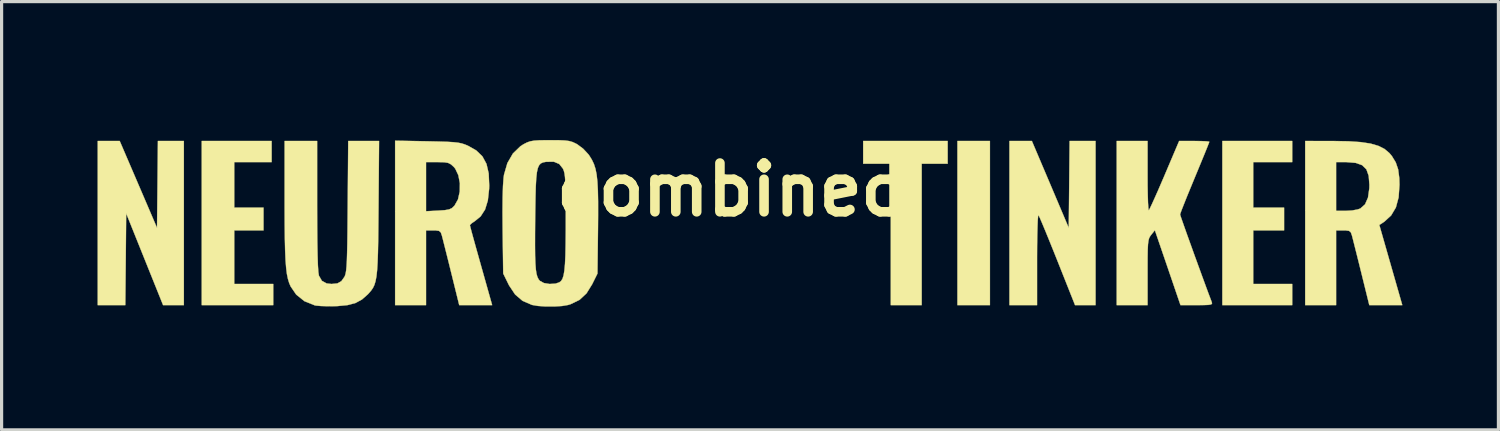
<source format=kicad_pcb>
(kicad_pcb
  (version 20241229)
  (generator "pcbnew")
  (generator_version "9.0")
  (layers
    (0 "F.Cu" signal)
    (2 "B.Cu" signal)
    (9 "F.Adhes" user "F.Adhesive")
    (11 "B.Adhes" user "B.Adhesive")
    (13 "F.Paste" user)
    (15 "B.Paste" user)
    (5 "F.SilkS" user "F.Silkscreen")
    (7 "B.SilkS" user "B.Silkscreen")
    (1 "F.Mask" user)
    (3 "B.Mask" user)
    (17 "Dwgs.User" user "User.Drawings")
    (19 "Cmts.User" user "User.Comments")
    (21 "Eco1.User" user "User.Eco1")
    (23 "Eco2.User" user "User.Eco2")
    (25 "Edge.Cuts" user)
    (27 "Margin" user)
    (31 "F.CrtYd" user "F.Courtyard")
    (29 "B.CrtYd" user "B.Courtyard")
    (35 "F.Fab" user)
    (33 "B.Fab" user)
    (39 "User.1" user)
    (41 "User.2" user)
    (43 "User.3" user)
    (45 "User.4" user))
  (footprint "combined"
    (layer "F.Cu")
    (at 19.817 2.881)
    (property "Reference" "combined" (at 0 0 0) (layer "F.SilkS") (effects (font (size 1.524 1.524) (thickness 0.3))))
    (attr through_hole)
    (fp_poly (pts (xy 0.065 -1.389) (xy 0.123 -1.343) (xy 0.163 -1.251) (xy 0.19 -1.085) (xy 0.206 -0.87) (xy 0.211 -0.632) (xy 0.204 -0.397) (xy 0.185 -0.191) (xy 0.154 -0.041) (xy 0.123 0.022) (xy 0.003 0.096) (xy -0.11 0.069) (xy -0.142 0.041) (xy -0.173 -0.043) (xy -0.193 -0.224) (xy -0.202 -0.503) (xy -0.203 -0.66) (xy -0.2 -0.96) (xy -0.186 -1.171) (xy -0.16 -1.309) (xy -0.118 -1.387) (xy -0.056 -1.419) (xy -0.019 -1.422) (xy 0.065 -1.389)) (stroke (width 0.01) (type solid)) (fill yes) (layer "F.Mask"))
    (fp_poly (pts (xy 0.721 -1.078) (xy 0.842 -0.975) (xy 0.974 -0.831) (xy 1.095 -0.67) (xy 1.185 -0.514) (xy 1.186 -0.512) (xy 1.285 -0.186) (xy 1.292 0.134) (xy 1.22 0.438) (xy 1.077 0.713) (xy 0.875 0.949) (xy 0.625 1.134) (xy 0.336 1.257) (xy 0.02 1.308) (xy -0.313 1.274) (xy -0.454 1.233) (xy -0.7 1.102) (xy -0.933 0.899) (xy -1.125 0.654) (xy -1.244 0.409) (xy -1.305 0.073) (xy -1.277 -0.265) (xy -1.166 -0.584) (xy -0.977 -0.861) (xy -0.848 -0.983) (xy -0.719 -1.077) (xy -0.632 -1.106) (xy -0.569 -1.085) (xy -0.483 -0.993) (xy -0.484 -0.876) (xy -0.574 -0.725) (xy -0.633 -0.656) (xy -0.792 -0.455) (xy -0.88 -0.269) (xy -0.913 -0.062) (xy -0.914 0.005) (xy -0.869 0.297) (xy -0.744 0.544) (xy -0.555 0.735) (xy -0.318 0.861) (xy -0.049 0.911) (xy 0.237 0.874) (xy 0.343 0.836) (xy 0.562 0.719) (xy 0.714 0.567) (xy 0.819 0.381) (xy 0.901 0.091) (xy 0.884 -0.195) (xy 0.77 -0.466) (xy 0.605 -0.671) (xy 0.495 -0.788) (xy 0.423 -0.878) (xy 0.406 -0.913) (xy 0.445 -0.992) (xy 0.532 -1.074) (xy 0.621 -1.117) (xy 0.631 -1.118) (xy 0.721 -1.078)) (stroke (width 0.01) (type solid)) (fill yes) (layer "F.Mask"))
    (fp_poly (pts (xy 0.786 -2.811) (xy 1.221 -2.695) (xy 1.661 -2.512) (xy 1.705 -2.491) (xy 2.124 -2.249) (xy 2.454 -1.971) (xy 2.701 -1.65) (xy 2.869 -1.276) (xy 2.963 -0.841) (xy 2.987 -0.336) (xy 2.986 -0.27) (xy 2.972 0.233) (xy 3.308 0.688) (xy 3.488 0.934) (xy 3.614 1.115) (xy 3.692 1.243) (xy 3.73 1.334) (xy 3.735 1.402) (xy 3.715 1.46) (xy 3.712 1.467) (xy 3.634 1.543) (xy 3.496 1.624) (xy 3.339 1.691) (xy 3.202 1.726) (xy 3.178 1.727) (xy 3.122 1.774) (xy 3.079 1.902) (xy 3.073 1.93) (xy 3.039 2.134) (xy 2.014 2.134) (xy 2.129 2.255) (xy 2.236 2.34) (xy 2.399 2.438) (xy 2.557 2.516) (xy 2.717 2.589) (xy 2.836 2.644) (xy 2.888 2.671) (xy 2.878 2.721) (xy 2.834 2.836) (xy 2.776 2.971) (xy 2.691 3.127) (xy 2.588 3.246) (xy 2.451 3.338) (xy 2.263 3.409) (xy 2.006 3.469) (xy 1.665 3.526) (xy 1.652 3.528) (xy 1.422 3.565) (xy 1.229 3.603) (xy 1.096 3.637) (xy 1.046 3.658) (xy 1.009 3.726) (xy 0.952 3.865) (xy 0.886 4.048) (xy 0.867 4.104) (xy 0.737 4.501) (xy -0.728 4.236) (xy -1.101 4.168) (xy -1.439 4.105) (xy -1.732 4.05) (xy -1.966 4.005) (xy -2.128 3.972) (xy -2.207 3.954) (xy -2.212 3.952) (xy -2.208 3.897) (xy -2.178 3.773) (xy -2.13 3.607) (xy -2.03 3.232) (xy -1.991 2.913) (xy -2.015 2.624) (xy -2.108 2.341) (xy -2.273 2.04) (xy -2.462 1.767) (xy -2.695 1.44) (xy -2.867 1.158) (xy -2.992 0.893) (xy -3.08 0.619) (xy -3.144 0.308) (xy -3.174 0.096) (xy -3.179 -0.265) (xy -3.121 -0.603) (xy -2.286 -0.603) (xy -2.246 -0.554) (xy -2.143 -0.474) (xy -2.032 -0.402) (xy -1.89 -0.31) (xy -1.814 -0.236) (xy -1.784 -0.149) (xy -1.778 -0.014) (xy -1.778 -0.001) (xy -1.783 0.139) (xy -1.811 0.229) (xy -1.882 0.305) (xy -2.018 0.397) (xy -2.032 0.406) (xy -2.167 0.499) (xy -2.26 0.574) (xy -2.286 0.609) (xy -2.267 0.673) (xy -2.217 0.799) (xy -2.159 0.934) (xy -2.097 1.074) (xy -2.046 1.158) (xy -1.98 1.192) (xy -1.877 1.187) (xy -1.71 1.148) (xy -1.592 1.118) (xy -1.487 1.102) (xy -1.403 1.13) (xy -1.303 1.215) (xy -1.256 1.263) (xy -1.148 1.39) (xy -1.107 1.486) (xy -1.116 1.575) (xy -1.173 1.787) (xy -1.195 1.925) (xy -1.175 2.015) (xy -1.106 2.079) (xy -0.981 2.143) (xy -0.952 2.156) (xy -0.796 2.223) (xy -0.675 2.269) (xy -0.627 2.282) (xy -0.57 2.244) (xy -0.485 2.142) (xy -0.411 2.032) (xy -0.319 1.89) (xy -0.246 1.814) (xy -0.158 1.784) (xy -0.022 1.778) (xy -0.005 1.778) (xy 0.137 1.782) (xy 0.228 1.809) (xy 0.301 1.878) (xy 0.389 2.011) (xy 0.403 2.035) (xy 0.487 2.166) (xy 0.556 2.239) (xy 0.636 2.259) (xy 0.753 2.229) (xy 0.931 2.155) (xy 0.989 2.129) (xy 1.206 2.033) (xy 1.07 1.449) (xy 1.429 1.082) (xy 1.717 1.149) (xy 1.877 1.179) (xy 1.994 1.188) (xy 2.036 1.179) (xy 2.072 1.114) (xy 2.127 0.988) (xy 2.157 0.914) (xy 2.214 0.768) (xy 2.257 0.658) (xy 2.269 0.63) (xy 2.24 0.577) (xy 2.144 0.494) (xy 2.009 0.403) (xy 1.857 0.308) (xy 1.773 0.235) (xy 1.736 0.157) (xy 1.727 0.045) (xy 1.727 0.001) (xy 1.735 -0.148) (xy 1.773 -0.236) (xy 1.86 -0.303) (xy 1.892 -0.321) (xy 2.041 -0.409) (xy 2.171 -0.497) (xy 2.175 -0.5) (xy 2.292 -0.589) (xy 2.155 -0.905) (xy 2.07 -1.084) (xy 2.002 -1.177) (xy 1.943 -1.199) (xy 1.936 -1.197) (xy 1.838 -1.171) (xy 1.688 -1.136) (xy 1.626 -1.121) (xy 1.48 -1.095) (xy 1.386 -1.108) (xy 1.294 -1.174) (xy 1.23 -1.236) (xy 1.063 -1.402) (xy 1.137 -1.72) (xy 1.176 -1.892) (xy 1.188 -1.991) (xy 1.171 -2.042) (xy 1.123 -2.071) (xy 1.101 -2.079) (xy 0.982 -2.126) (xy 0.828 -2.19) (xy 0.794 -2.204) (xy 0.668 -2.255) (xy 0.588 -2.284) (xy 0.578 -2.286) (xy 0.543 -2.246) (xy 0.472 -2.144) (xy 0.402 -2.032) (xy 0.31 -1.89) (xy 0.237 -1.814) (xy 0.149 -1.784) (xy 0.012 -1.778) (xy -0.006 -1.778) (xy -0.15 -1.782) (xy -0.241 -1.809) (xy -0.315 -1.879) (xy -0.404 -2.012) (xy -0.417 -2.033) (xy -0.5 -2.163) (xy -0.569 -2.235) (xy -0.649 -2.254) (xy -0.766 -2.224) (xy -0.944 -2.149) (xy -0.995 -2.126) (xy -1.126 -2.062) (xy -1.206 -2.009) (xy -1.219 -1.992) (xy -1.206 -1.926) (xy -1.175 -1.796) (xy -1.148 -1.694) (xy -1.078 -1.432) (xy -1.263 -1.252) (xy -1.448 -1.073) (xy -1.742 -1.142) (xy -2.037 -1.211) (xy -2.161 -0.929) (xy -2.228 -0.773) (xy -2.273 -0.652) (xy -2.286 -0.603) (xy -3.121 -0.603) (xy -3.111 -0.659) (xy -2.982 -1.057) (xy -2.799 -1.432) (xy -2.574 -1.756) (xy -2.514 -1.824) (xy -2.147 -2.149) (xy -1.708 -2.425) (xy -1.219 -2.643) (xy -0.703 -2.796) (xy -0.18 -2.876) (xy 0.307 -2.876) (xy 0.786 -2.811)) (stroke (width 0.01) (type solid)) (fill yes) (layer "F.Mask"))
    (fp_poly (pts (xy 8.077 3.607) (xy 7.061 3.607) (xy 7.061 -1.524) (xy 8.077 -1.524) (xy 8.077 3.607)) (stroke (width 0.01) (type solid)) (fill yes) (layer "F.SilkS"))
    (fp_poly (pts (xy 6.756 -0.813) (xy 5.944 -0.813) (xy 5.944 3.607) (xy 4.978 3.607) (xy 4.978 -0.813) (xy 4.115 -0.813) (xy 4.115 -1.524) (xy 6.756 -1.524) (xy 6.756 -0.813)) (stroke (width 0.01) (type solid)) (fill yes) (layer "F.SilkS"))
    (fp_poly (pts (xy -14.376 -0.864) (xy -15.545 -0.864) (xy -15.545 0.559) (xy -14.63 0.559) (xy -14.63 1.27) (xy -15.545 1.27) (xy -15.545 2.946) (xy -14.326 2.946) (xy -14.326 3.607) (xy -16.561 3.607) (xy -16.561 -1.524) (xy -14.376 -1.524) (xy -14.376 -0.864)) (stroke (width 0.01) (type solid)) (fill yes) (layer "F.SilkS"))
    (fp_poly (pts (xy 17.526 -0.864) (xy 16.307 -0.864) (xy 16.307 0.559) (xy 17.272 0.559) (xy 17.272 1.27) (xy 16.307 1.27) (xy 16.307 2.946) (xy 17.526 2.946) (xy 17.526 3.607) (xy 15.342 3.607) (xy 15.342 -1.524) (xy 17.526 -1.524) (xy 17.526 -0.864)) (stroke (width 0.01) (type solid)) (fill yes) (layer "F.SilkS"))
    (fp_poly (pts (xy -18.541 -0.165) (xy -17.958 1.194) (xy -17.944 -0.165) (xy -17.931 -1.524) (xy -17.12 -1.524) (xy -17.12 3.607) (xy -17.769 3.607) (xy -18.923 0.737) (xy -18.936 2.172) (xy -18.95 3.607) (xy -19.812 3.607) (xy -19.812 -1.524) (xy -19.125 -1.524) (xy -18.541 -0.165)) (stroke (width 0.01) (type solid)) (fill yes) (layer "F.SilkS"))
    (fp_poly (pts (xy 9.965 -0.166) (xy 10.541 1.193) (xy 10.555 -0.166) (xy 10.568 -1.524) (xy 11.379 -1.524) (xy 11.379 3.607) (xy 10.738 3.607) (xy 10.188 2.223) (xy 10.046 1.869) (xy 9.915 1.545) (xy 9.8 1.264) (xy 9.705 1.037) (xy 9.636 0.877) (xy 9.598 0.797) (xy 9.594 0.79) (xy 9.583 0.826) (xy 9.572 0.951) (xy 9.564 1.155) (xy 9.557 1.426) (xy 9.552 1.751) (xy 9.55 2.119) (xy 9.55 2.174) (xy 9.55 3.607) (xy 8.687 3.607) (xy 8.687 -1.524) (xy 9.388 -1.524) (xy 9.965 -0.166)) (stroke (width 0.01) (type solid)) (fill yes) (layer "F.SilkS"))
    (fp_poly (pts (xy 18.809 -1.523) (xy 19.282 -1.515) (xy 19.666 -1.489) (xy 19.974 -1.443) (xy 20.218 -1.372) (xy 20.411 -1.275) (xy 20.563 -1.147) (xy 20.641 -1.054) (xy 20.763 -0.854) (xy 20.838 -0.634) (xy 20.873 -0.365) (xy 20.879 -0.154) (xy 20.852 0.237) (xy 20.767 0.553) (xy 20.619 0.803) (xy 20.405 0.999) (xy 20.374 1.02) (xy 20.249 1.101) (xy 20.608 2.354) (xy 20.967 3.607) (xy 19.936 3.607) (xy 19.688 2.603) (xy 19.61 2.288) (xy 19.537 1.996) (xy 19.474 1.746) (xy 19.426 1.556) (xy 19.397 1.444) (xy 19.395 1.435) (xy 19.359 1.333) (xy 19.302 1.285) (xy 19.191 1.271) (xy 19.124 1.27) (xy 18.898 1.27) (xy 18.898 3.607) (xy 17.932 3.607) (xy 17.932 -0.864) (xy 18.898 -0.864) (xy 18.898 0.66) (xy 19.205 0.66) (xy 19.399 0.648) (xy 19.571 0.616) (xy 19.655 0.587) (xy 19.802 0.457) (xy 19.895 0.246) (xy 19.937 -0.048) (xy 19.939 -0.155) (xy 19.917 -0.436) (xy 19.845 -0.637) (xy 19.712 -0.768) (xy 19.506 -0.84) (xy 19.218 -0.864) (xy 19.199 -0.864) (xy 18.898 -0.864) (xy 17.932 -0.864) (xy 17.932 -1.524) (xy 18.809 -1.523)) (stroke (width 0.01) (type solid)) (fill yes) (layer "F.SilkS"))
    (fp_poly (pts (xy -12.954 0.5) (xy -12.952 1.116) (xy -12.948 1.631) (xy -12.94 2.045) (xy -12.93 2.358) (xy -12.916 2.571) (xy -12.899 2.682) (xy -12.898 2.686) (xy -12.805 2.847) (xy -12.657 2.929) (xy -12.504 2.946) (xy -12.32 2.928) (xy -12.196 2.858) (xy -12.101 2.724) (xy -12.079 2.675) (xy -12.061 2.609) (xy -12.046 2.517) (xy -12.034 2.388) (xy -12.024 2.213) (xy -12.017 1.982) (xy -12.01 1.685) (xy -12.005 1.312) (xy -12.001 0.854) (xy -11.998 0.521) (xy -11.982 -1.524) (xy -11.018 -1.524) (xy -11.035 0.572) (xy -11.04 1.124) (xy -11.045 1.585) (xy -11.053 1.964) (xy -11.064 2.271) (xy -11.079 2.516) (xy -11.1 2.708) (xy -11.128 2.858) (xy -11.164 2.976) (xy -11.21 3.071) (xy -11.266 3.152) (xy -11.334 3.231) (xy -11.368 3.268) (xy -11.553 3.431) (xy -11.756 3.541) (xy -12.003 3.606) (xy -12.319 3.637) (xy -12.395 3.639) (xy -12.625 3.641) (xy -12.833 3.635) (xy -12.987 3.621) (xy -13.03 3.613) (xy -13.354 3.482) (xy -13.608 3.277) (xy -13.782 3.022) (xy -13.828 2.915) (xy -13.866 2.79) (xy -13.898 2.636) (xy -13.922 2.444) (xy -13.941 2.204) (xy -13.954 1.904) (xy -13.963 1.537) (xy -13.968 1.091) (xy -13.97 0.556) (xy -13.97 0.372) (xy -13.97 -1.524) (xy -12.954 -1.524) (xy -12.954 0.5)) (stroke (width 0.01) (type solid)) (fill yes) (layer "F.SilkS"))
    (fp_poly (pts (xy 13.005 -0.429) (xy 13.006 -0.109) (xy 13.011 0.171) (xy 13.018 0.399) (xy 13.028 0.559) (xy 13.038 0.637) (xy 13.043 0.643) (xy 13.073 0.591) (xy 13.136 0.459) (xy 13.226 0.261) (xy 13.338 0.009) (xy 13.464 -0.283) (xy 13.537 -0.453) (xy 13.992 -1.524) (xy 14.464 -1.524) (xy 14.668 -1.521) (xy 14.828 -1.515) (xy 14.921 -1.505) (xy 14.935 -1.499) (xy 14.916 -1.446) (xy 14.864 -1.314) (xy 14.783 -1.114) (xy 14.679 -0.861) (xy 14.558 -0.568) (xy 14.478 -0.375) (xy 14.349 -0.062) (xy 14.233 0.22) (xy 14.138 0.458) (xy 14.067 0.639) (xy 14.028 0.747) (xy 14.021 0.772) (xy 14.037 0.827) (xy 14.084 0.963) (xy 14.155 1.165) (xy 14.245 1.419) (xy 14.35 1.71) (xy 14.463 2.024) (xy 14.58 2.345) (xy 14.695 2.661) (xy 14.803 2.955) (xy 14.898 3.214) (xy 14.977 3.422) (xy 15.013 3.518) (xy 15.02 3.558) (xy 14.993 3.584) (xy 14.915 3.599) (xy 14.768 3.605) (xy 14.541 3.607) (xy 14.034 3.607) (xy 13.634 2.436) (xy 13.233 1.266) (xy 13.119 1.408) (xy 13.081 1.46) (xy 13.052 1.517) (xy 13.032 1.594) (xy 13.018 1.706) (xy 13.01 1.868) (xy 13.006 2.095) (xy 13.005 2.401) (xy 13.005 2.578) (xy 13.005 3.607) (xy 12.04 3.607) (xy 12.04 -1.524) (xy 13.005 -1.524) (xy 13.005 -0.429)) (stroke (width 0.01) (type solid)) (fill yes) (layer "F.SilkS"))
    (fp_poly (pts (xy -9.512 -1.515) (xy -9.162 -1.507) (xy -8.897 -1.499) (xy -8.699 -1.487) (xy -8.551 -1.471) (xy -8.436 -1.448) (xy -8.337 -1.416) (xy -8.242 -1.377) (xy -7.979 -1.228) (xy -7.787 -1.042) (xy -7.66 -0.807) (xy -7.591 -0.509) (xy -7.575 -0.136) (xy -7.578 -0.025) (xy -7.618 0.338) (xy -7.705 0.62) (xy -7.843 0.833) (xy -8.012 0.972) (xy -8.119 1.046) (xy -8.176 1.101) (xy -8.178 1.109) (xy -8.165 1.165) (xy -8.128 1.306) (xy -8.07 1.517) (xy -7.996 1.785) (xy -7.908 2.097) (xy -7.83 2.375) (xy -7.483 3.607) (xy -8.512 3.607) (xy -8.76 2.603) (xy -8.838 2.288) (xy -8.911 1.996) (xy -8.974 1.746) (xy -9.022 1.556) (xy -9.051 1.444) (xy -9.053 1.435) (xy -9.089 1.333) (xy -9.146 1.285) (xy -9.257 1.271) (xy -9.324 1.27) (xy -9.55 1.27) (xy -9.55 3.607) (xy -10.516 3.607) (xy -10.516 -0.864) (xy -9.55 -0.864) (xy -9.55 0.672) (xy -9.164 0.652) (xy -8.96 0.638) (xy -8.829 0.615) (xy -8.742 0.575) (xy -8.67 0.507) (xy -8.659 0.495) (xy -8.551 0.303) (xy -8.496 0.059) (xy -8.492 -0.204) (xy -8.54 -0.455) (xy -8.637 -0.66) (xy -8.687 -0.719) (xy -8.774 -0.796) (xy -8.861 -0.84) (xy -8.983 -0.859) (xy -9.172 -0.864) (xy -9.191 -0.864) (xy -9.55 -0.864) (xy -10.516 -0.864) (xy -10.516 -1.533) (xy -9.512 -1.515)) (stroke (width 0.01) (type solid)) (fill yes) (layer "F.SilkS"))
    (fp_poly (pts (xy -5.399 -1.548) (xy -5.21 -1.54) (xy -5.075 -1.522) (xy -4.968 -1.491) (xy -4.865 -1.443) (xy -4.826 -1.422) (xy -4.64 -1.284) (xy -4.472 -1.104) (xy -4.441 -1.06) (xy -4.363 -0.934) (xy -4.301 -0.802) (xy -4.253 -0.653) (xy -4.217 -0.474) (xy -4.193 -0.252) (xy -4.178 0.024) (xy -4.171 0.367) (xy -4.171 0.79) (xy -4.174 1.195) (xy -4.191 2.619) (xy -4.356 2.953) (xy -4.534 3.24) (xy -4.751 3.442) (xy -5.027 3.576) (xy -5.11 3.602) (xy -5.297 3.634) (xy -5.543 3.649) (xy -5.809 3.649) (xy -6.054 3.632) (xy -6.239 3.6) (xy -6.241 3.599) (xy -6.531 3.474) (xy -6.765 3.274) (xy -6.954 2.991) (xy -6.973 2.953) (xy -7.137 2.619) (xy -7.149 1.745) (xy -6.143 1.745) (xy -6.14 2.061) (xy -6.131 2.307) (xy -6.117 2.493) (xy -6.096 2.63) (xy -6.067 2.729) (xy -6.031 2.8) (xy -5.991 2.848) (xy -5.864 2.917) (xy -5.687 2.946) (xy -5.503 2.935) (xy -5.384 2.895) (xy -5.329 2.853) (xy -5.285 2.785) (xy -5.251 2.68) (xy -5.225 2.528) (xy -5.206 2.321) (xy -5.193 2.047) (xy -5.186 1.696) (xy -5.182 1.26) (xy -5.182 0.991) (xy -5.182 0.557) (xy -5.185 0.213) (xy -5.189 -0.054) (xy -5.196 -0.256) (xy -5.207 -0.405) (xy -5.222 -0.513) (xy -5.242 -0.592) (xy -5.268 -0.655) (xy -5.271 -0.66) (xy -5.385 -0.805) (xy -5.552 -0.875) (xy -5.785 -0.874) (xy -5.807 -0.871) (xy -5.892 -0.855) (xy -5.96 -0.824) (xy -6.013 -0.769) (xy -6.054 -0.68) (xy -6.084 -0.546) (xy -6.105 -0.356) (xy -6.119 -0.1) (xy -6.128 0.232) (xy -6.135 0.651) (xy -6.138 0.861) (xy -6.142 1.349) (xy -6.143 1.745) (xy -7.149 1.745) (xy -7.155 1.246) (xy -7.159 0.692) (xy -7.155 0.236) (xy -7.144 -0.12) (xy -7.125 -0.376) (xy -7.112 -0.471) (xy -7.007 -0.833) (xy -6.834 -1.133) (xy -6.599 -1.36) (xy -6.502 -1.422) (xy -6.395 -1.477) (xy -6.293 -1.513) (xy -6.17 -1.535) (xy -6.002 -1.546) (xy -5.766 -1.549) (xy -5.664 -1.549) (xy -5.399 -1.548)) (stroke (width 0.01) (type solid)) (fill yes) (layer "F.SilkS")))
  (gr_rect
    (start -3 -3)
    (end 43.789 10.387)
    (stroke (width 0.1) (type default))
    (fill no)
    (layer "Edge.Cuts")))
</source>
